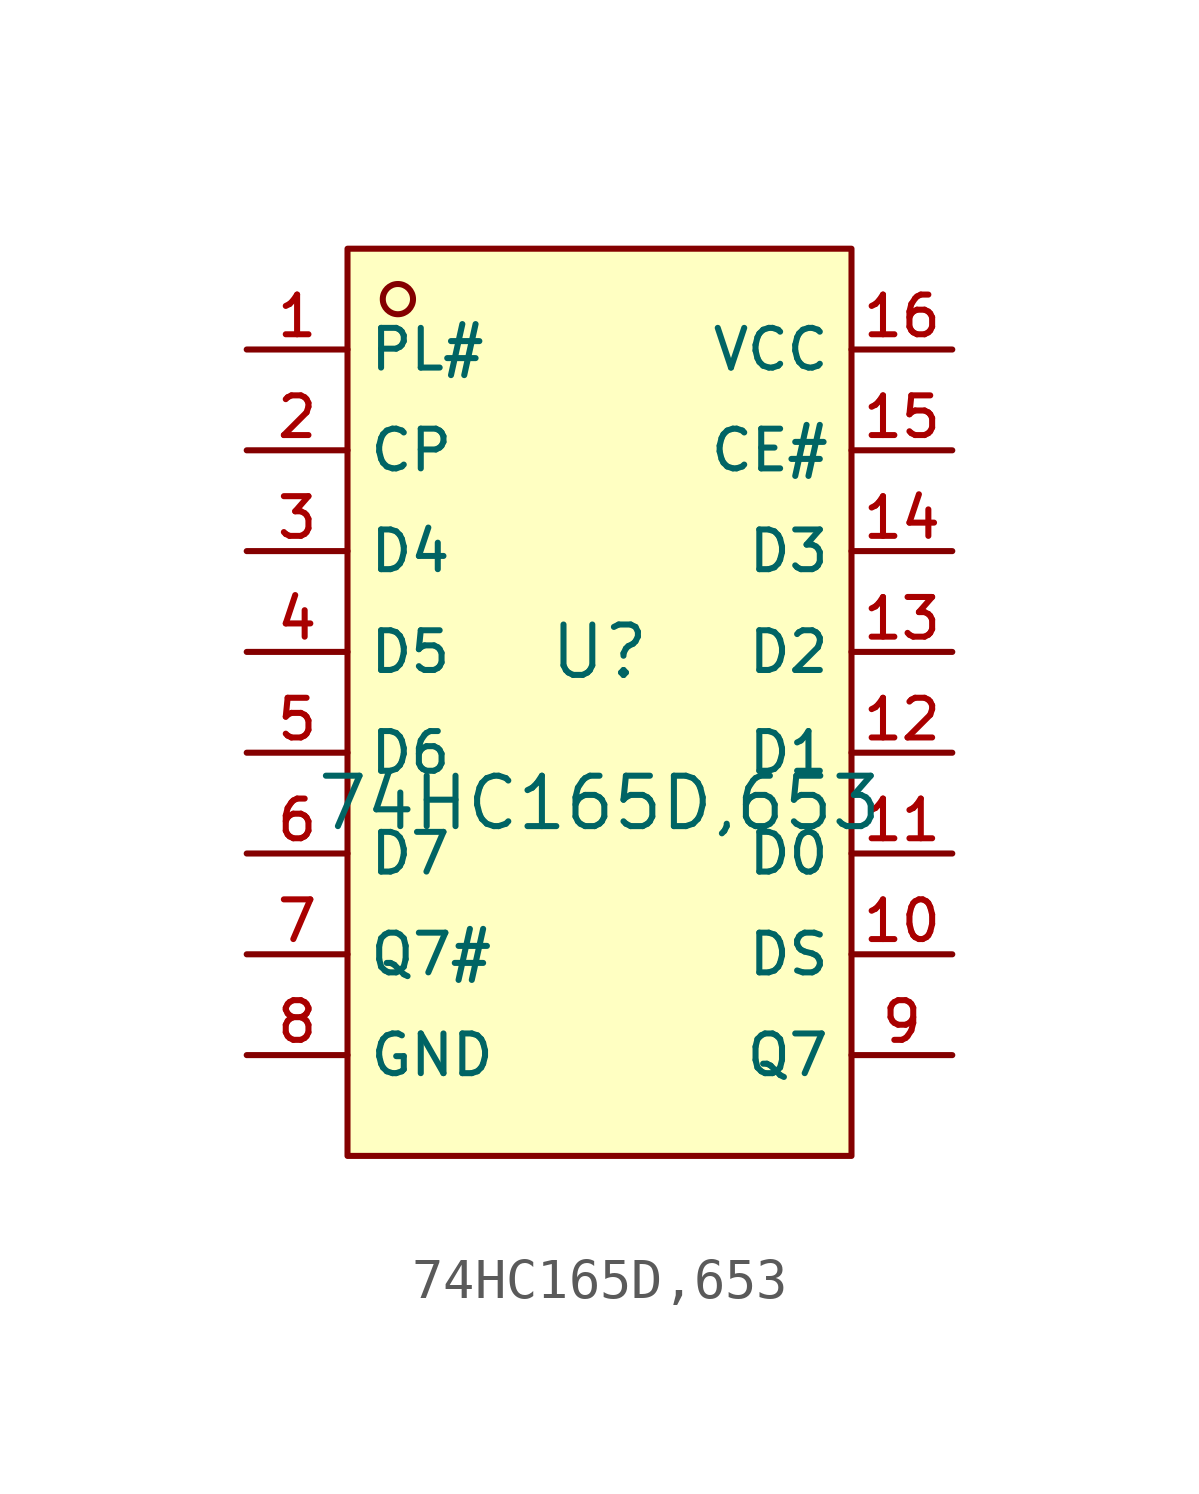
<source format=kicad_sym>
(kicad_symbol_lib
  (version 20210201)
  (generator TousstNicolas/JLC2KiCad_lib)
  (symbol "74HC165D,653"
    (property "Reference" "U"
      (at 0 1.27 0)
      (effects (font (size 1.27 1.27))))
    (property "Value" "74HC165D,653"
      (at 0 -2.54 0)
      (effects (font (size 1.27 1.27))))
    (symbol "74HC165D,653_0_1"
      (rectangle (start -6.35 11.43) (end 6.35 -11.43) (stroke (width 0) (type default) (color 0 0 0 0)) (fill (type background)))
      (circle (center -5.08 10.16) (radius 0.381) (stroke (width 0) (type default) (color 0 0 0 0)) (fill (type background)))
      (pin unspecified line (at -8.89 8.89 0) (length 2.54) (name "PL#" (effects (font (size 1 1)))) (number "1" (effects (font (size 1 1)))))
      (pin unspecified line (at -8.89 6.35 0) (length 2.54) (name "CP" (effects (font (size 1 1)))) (number "2" (effects (font (size 1 1)))))
      (pin unspecified line (at -8.89 3.81 0) (length 2.54) (name "D4" (effects (font (size 1 1)))) (number "3" (effects (font (size 1 1)))))
      (pin unspecified line (at -8.89 1.27 0) (length 2.54) (name "D5" (effects (font (size 1 1)))) (number "4" (effects (font (size 1 1)))))
      (pin unspecified line (at -8.89 -1.27 0) (length 2.54) (name "D6" (effects (font (size 1 1)))) (number "5" (effects (font (size 1 1)))))
      (pin unspecified line (at -8.89 -3.81 0) (length 2.54) (name "D7" (effects (font (size 1 1)))) (number "6" (effects (font (size 1 1)))))
      (pin unspecified line (at -8.89 -6.35 0) (length 2.54) (name "Q7#" (effects (font (size 1 1)))) (number "7" (effects (font (size 1 1)))))
      (pin unspecified line (at -8.89 -8.89 0) (length 2.54) (name "GND" (effects (font (size 1 1)))) (number "8" (effects (font (size 1 1)))))
      (pin unspecified line (at 8.89 -8.89 180) (length 2.54) (name "Q7" (effects (font (size 1 1)))) (number "9" (effects (font (size 1 1)))))
      (pin unspecified line (at 8.89 -6.35 180) (length 2.54) (name "DS" (effects (font (size 1 1)))) (number "10" (effects (font (size 1 1)))))
      (pin unspecified line (at 8.89 -3.81 180) (length 2.54) (name "D0" (effects (font (size 1 1)))) (number "11" (effects (font (size 1 1)))))
      (pin unspecified line (at 8.89 -1.27 180) (length 2.54) (name "D1" (effects (font (size 1 1)))) (number "12" (effects (font (size 1 1)))))
      (pin unspecified line (at 8.89 1.27 180) (length 2.54) (name "D2" (effects (font (size 1 1)))) (number "13" (effects (font (size 1 1)))))
      (pin unspecified line (at 8.89 3.81 180) (length 2.54) (name "D3" (effects (font (size 1 1)))) (number "14" (effects (font (size 1 1)))))
      (pin unspecified line (at 8.89 6.35 180) (length 2.54) (name "CE#" (effects (font (size 1 1)))) (number "15" (effects (font (size 1 1)))))
      (pin unspecified line (at 8.89 8.89 180) (length 2.54) (name "VCC" (effects (font (size 1 1)))) (number "16" (effects (font (size 1 1))))))))
</source>
